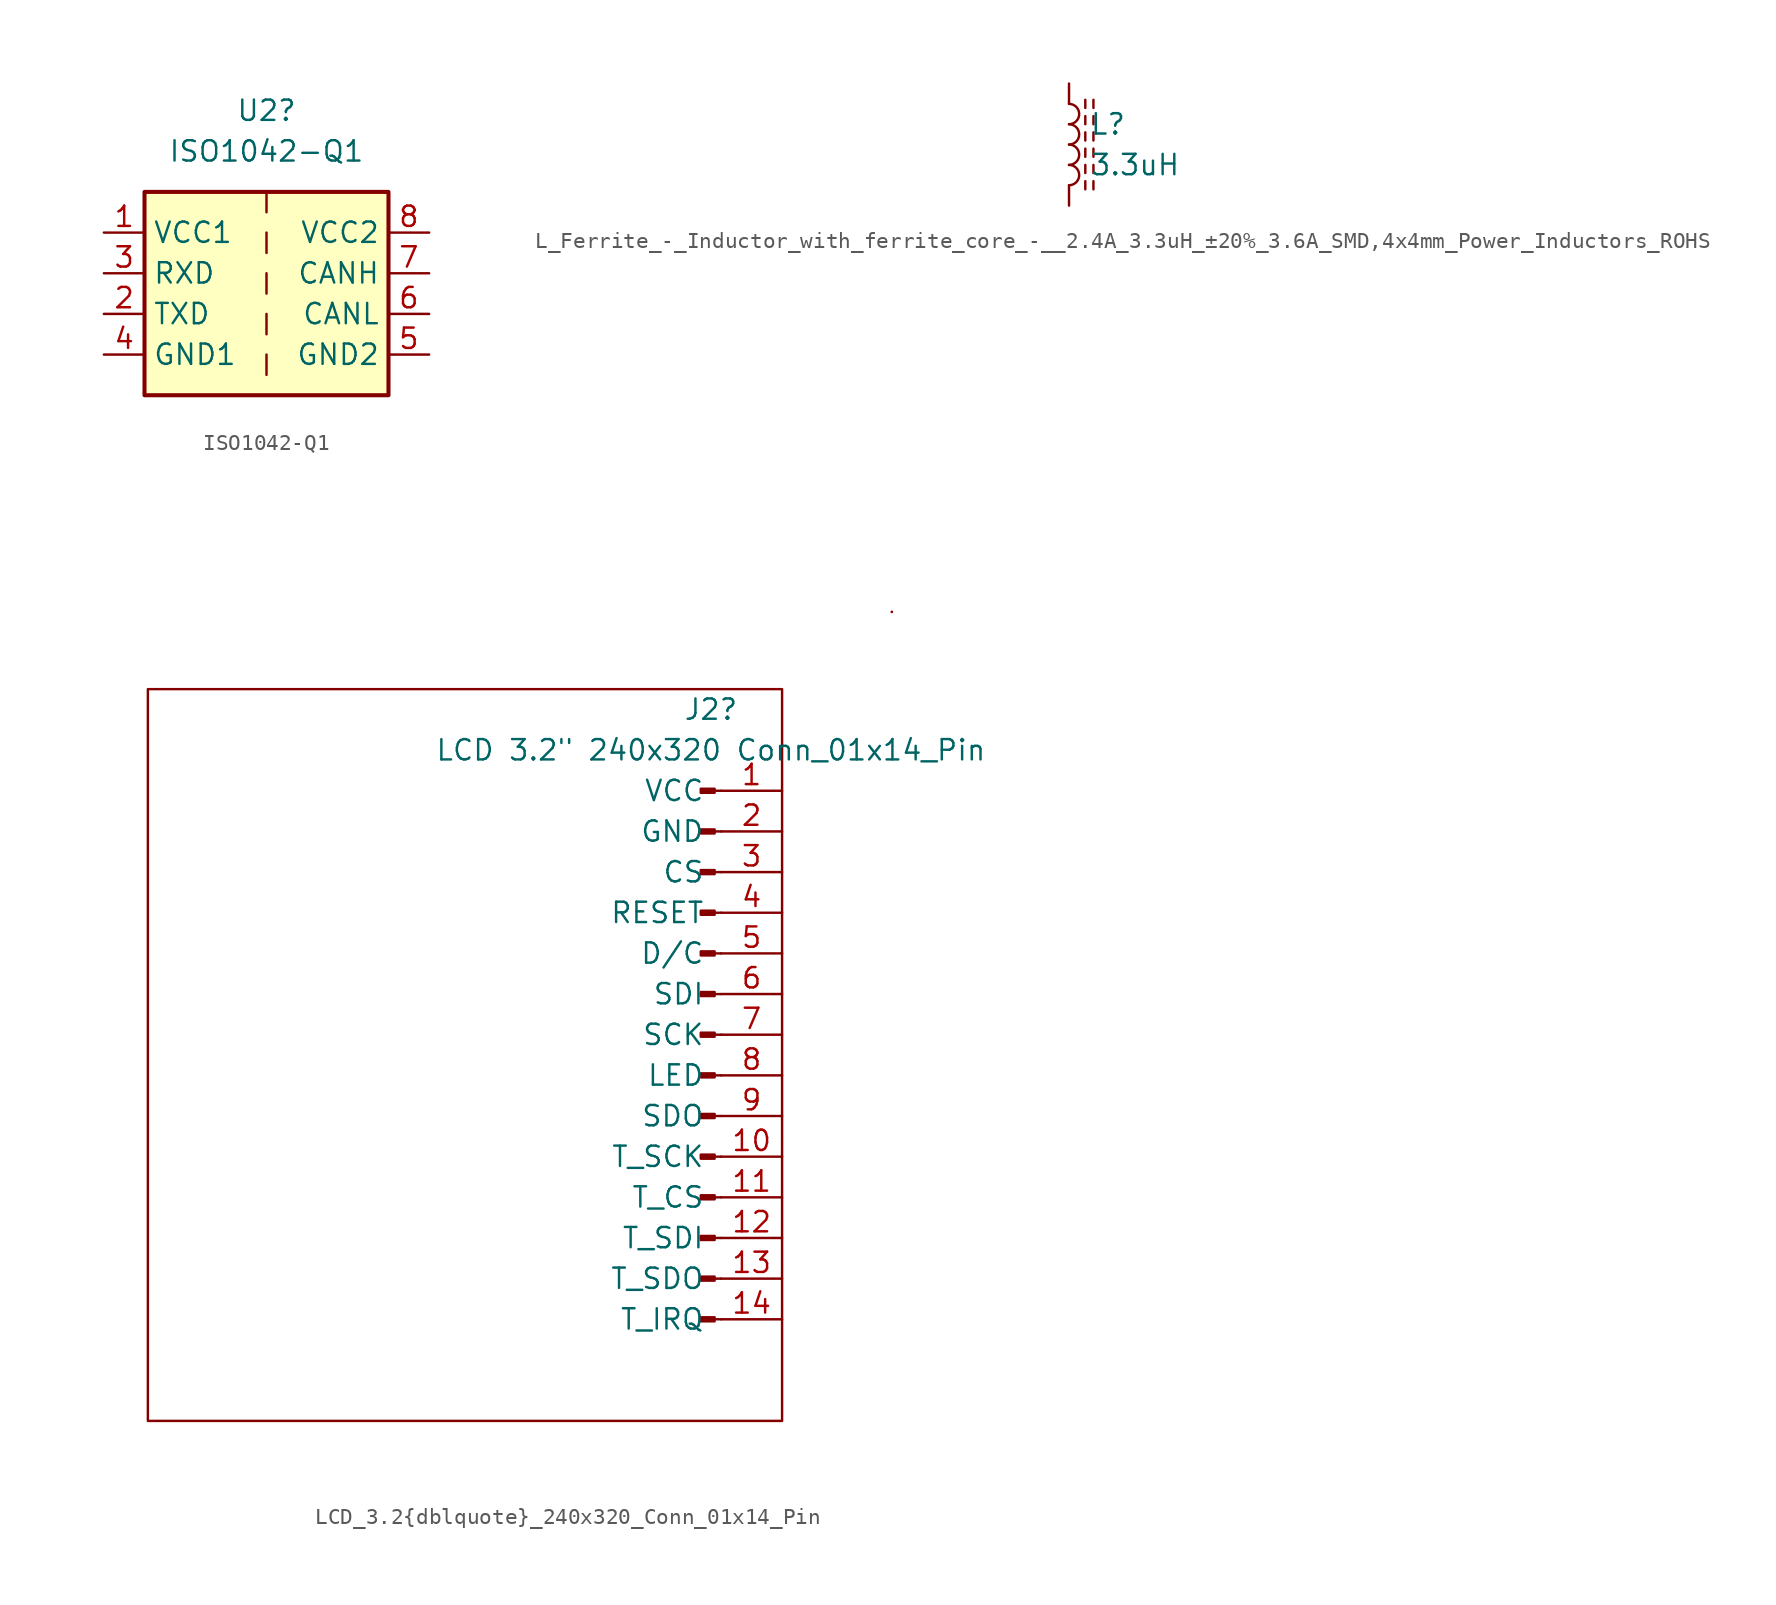
<source format=kicad_sym>
(kicad_symbol_lib
  (version 20241209)
  (generator "kicad_symbol_editor")
  (generator_version "9.0")
  (symbol "ISO1042-Q1"
    (property "Reference" "U2"
      (at 0 10.16 0)
      (effects (font (size 1.27 1.27))))
    (property "Value" "ISO1042-Q1"
      (at 0 7.62 0)
      (effects (font (size 1.27 1.27))))
    (symbol "ISO1042-Q1_0_1"
      (polyline (pts (xy 0 5.08) (xy 0 3.81)) (stroke (width 0) (type default)) (fill (type none)))
      (polyline (pts (xy 0 2.54) (xy 0 1.27)) (stroke (width 0) (type default)) (fill (type none)))
      (polyline (pts (xy 0 0) (xy 0 -1.27)) (stroke (width 0) (type default)) (fill (type none)))
      (polyline (pts (xy 0 -2.54) (xy 0 -3.81)) (stroke (width 0) (type default)) (fill (type none)))
      (polyline (pts (xy 0 -5.08) (xy 0 -6.35)) (stroke (width 0) (type default)) (fill (type none))))
    (symbol "ISO1042-Q1_1_1"
      (rectangle (start -7.62 5.08) (end 7.62 -7.62) (stroke (width 0.254) (type default)) (fill (type background)))
      (pin power_in line (at -10.16 2.54 0) (length 2.54) (name "VCC1" (effects (font (size 1.27 1.27)))) (number "1" (effects (font (size 1.27 1.27)))))
      (pin output line (at -10.16 0 0) (length 2.54) (name "RXD" (effects (font (size 1.27 1.27)))) (number "3" (effects (font (size 1.27 1.27)))))
      (pin input line (at -10.16 -2.54 0) (length 2.54) (name "TXD" (effects (font (size 1.27 1.27)))) (number "2" (effects (font (size 1.27 1.27)))))
      (pin power_in line (at -10.16 -5.08 0) (length 2.54) (name "GND1" (effects (font (size 1.27 1.27)))) (number "4" (effects (font (size 1.27 1.27)))))
      (pin power_in line (at 10.16 2.54 180) (length 2.54) (name "VCC2" (effects (font (size 1.27 1.27)))) (number "8" (effects (font (size 1.27 1.27)))))
      (pin bidirectional line (at 10.16 0 180) (length 2.54) (name "CANH" (effects (font (size 1.27 1.27)))) (number "7" (effects (font (size 1.27 1.27)))))
      (pin bidirectional line (at 10.16 -2.54 180) (length 2.54) (name "CANL" (effects (font (size 1.27 1.27)))) (number "6" (effects (font (size 1.27 1.27)))))
      (pin power_in line (at 10.16 -5.08 180) (length 2.54) (name "GND2" (effects (font (size 1.27 1.27)))) (number "5" (effects (font (size 1.27 1.27)))))))
  (symbol "L_Ferrite_-_Inductor_with_ferrite_core_-__2.4A_3.3uH_±20%_3.6A_SMD,4x4mm_Power_Inductors_ROHS"
    (pin_numbers
      (hide yes))
    (pin_names
      (offset 1.016)
      (hide yes))
    (property "Reference" "L"
      (at 1.27 1.27 0)
      (effects (font (size 1.27 1.27)) (justify left)))
    (property "Value" "3.3uH"
      (at 1.27 -1.27 0)
      (effects (font (size 1.27 1.27)) (justify left)))
    (symbol "L_Ferrite_-_Inductor_with_ferrite_core_-__2.4A_3.3uH_±20%_3.6A_SMD,4x4mm_Power_Inductors_ROHS_0_1"
      (arc (start 0 2.54) (mid 0.6323 1.905) (end 0 1.27) (stroke (width 0) (type default)) (fill (type none)))
      (arc (start 0 1.27) (mid 0.6323 0.635) (end 0 0) (stroke (width 0) (type default)) (fill (type none)))
      (arc (start 0 0) (mid 0.6323 -0.635) (end 0 -1.27) (stroke (width 0) (type default)) (fill (type none)))
      (arc (start 0 -1.27) (mid 0.6323 -1.905) (end 0 -2.54) (stroke (width 0) (type default)) (fill (type none)))
      (polyline (pts (xy 1.016 2.286) (xy 1.016 2.794)) (stroke (width 0) (type default)) (fill (type none)))
      (polyline (pts (xy 1.016 1.27) (xy 1.016 1.778)) (stroke (width 0) (type default)) (fill (type none)))
      (polyline (pts (xy 1.016 0.254) (xy 1.016 0.762)) (stroke (width 0) (type default)) (fill (type none)))
      (polyline (pts (xy 1.016 -0.762) (xy 1.016 -0.254)) (stroke (width 0) (type default)) (fill (type none)))
      (polyline (pts (xy 1.016 -1.778) (xy 1.016 -1.27)) (stroke (width 0) (type default)) (fill (type none)))
      (polyline (pts (xy 1.016 -2.794) (xy 1.016 -2.286)) (stroke (width 0) (type default)) (fill (type none)))
      (polyline (pts (xy 1.524 2.794) (xy 1.524 2.286)) (stroke (width 0) (type default)) (fill (type none)))
      (polyline (pts (xy 1.524 1.778) (xy 1.524 1.27)) (stroke (width 0) (type default)) (fill (type none)))
      (polyline (pts (xy 1.524 0.762) (xy 1.524 0.254)) (stroke (width 0) (type default)) (fill (type none)))
      (polyline (pts (xy 1.524 -0.254) (xy 1.524 -0.762)) (stroke (width 0) (type default)) (fill (type none)))
      (polyline (pts (xy 1.524 -1.27) (xy 1.524 -1.778)) (stroke (width 0) (type default)) (fill (type none)))
      (polyline (pts (xy 1.524 -2.286) (xy 1.524 -2.794)) (stroke (width 0) (type default)) (fill (type none))))
    (symbol "L_Ferrite_-_Inductor_with_ferrite_core_-__2.4A_3.3uH_±20%_3.6A_SMD,4x4mm_Power_Inductors_ROHS_1_1"
      (pin passive line (at 0 3.81 270) (length 1.27) (name "1" (effects (font (size 1.27 1.27)))) (number "1" (effects (font (size 1.27 1.27)))))
      (pin passive line (at 0 -3.81 90) (length 1.27) (name "2" (effects (font (size 1.27 1.27)))) (number "2" (effects (font (size 1.27 1.27)))))))
  (symbol "LCD_3.2{dblquote}_240x320_Conn_01x14_Pin"
    (pin_names
      (offset 1.016))
    (property "Reference" "J2"
      (at 0.635 20.32 0)
      (effects (font (size 1.27 1.27))))
    (property "Value" "LCD 3.2\" 240x320 Conn_01x14_Pin"
      (at 0.635 17.78 0)
      (effects (font (size 1.27 1.27))))
    (symbol "LCD_3.2{dblquote}_240x320_Conn_01x14_Pin_0_1"
      (rectangle (start -34.544 21.59) (end 5.08 -24.13) (stroke (width 0) (type default)) (fill (type none)))
      (rectangle (start 11.938 26.416) (end 11.938 26.416) (stroke (width 0) (type default)) (fill (type none)))
      (rectangle (start 11.938 26.416) (end 11.938 26.416) (stroke (width 0) (type default)) (fill (type none))))
    (symbol "LCD_3.2{dblquote}_240x320_Conn_01x14_Pin_1_1"
      (rectangle (start 0.864 15.367) (end 0 15.113) (stroke (width 0.152) (type default)) (fill (type outline)))
      (rectangle (start 0.864 12.827) (end 0 12.573) (stroke (width 0.152) (type default)) (fill (type outline)))
      (rectangle (start 0.864 10.287) (end 0 10.033) (stroke (width 0.152) (type default)) (fill (type outline)))
      (rectangle (start 0.864 7.747) (end 0 7.493) (stroke (width 0.152) (type default)) (fill (type outline)))
      (rectangle (start 0.864 5.207) (end 0 4.953) (stroke (width 0.152) (type default)) (fill (type outline)))
      (rectangle (start 0.864 2.667) (end 0 2.413) (stroke (width 0.152) (type default)) (fill (type outline)))
      (rectangle (start 0.864 0.127) (end 0 -0.127) (stroke (width 0.152) (type default)) (fill (type outline)))
      (rectangle (start 0.864 -2.413) (end 0 -2.667) (stroke (width 0.152) (type default)) (fill (type outline)))
      (rectangle (start 0.864 -4.953) (end 0 -5.207) (stroke (width 0.152) (type default)) (fill (type outline)))
      (rectangle (start 0.864 -7.493) (end 0 -7.747) (stroke (width 0.152) (type default)) (fill (type outline)))
      (rectangle (start 0.864 -10.033) (end 0 -10.287) (stroke (width 0.152) (type default)) (fill (type outline)))
      (rectangle (start 0.864 -12.573) (end 0 -12.827) (stroke (width 0.152) (type default)) (fill (type outline)))
      (rectangle (start 0.864 -15.113) (end 0 -15.367) (stroke (width 0.152) (type default)) (fill (type outline)))
      (rectangle (start 0.864 -17.653) (end 0 -17.907) (stroke (width 0.152) (type default)) (fill (type outline)))
      (polyline (pts (xy 1.27 15.24) (xy 0.864 15.24)) (stroke (width 0.152) (type default)) (fill (type none)))
      (polyline (pts (xy 1.27 12.7) (xy 0.864 12.7)) (stroke (width 0.152) (type default)) (fill (type none)))
      (polyline (pts (xy 1.27 10.16) (xy 0.864 10.16)) (stroke (width 0.152) (type default)) (fill (type none)))
      (polyline (pts (xy 1.27 7.62) (xy 0.864 7.62)) (stroke (width 0.152) (type default)) (fill (type none)))
      (polyline (pts (xy 1.27 5.08) (xy 0.864 5.08)) (stroke (width 0.152) (type default)) (fill (type none)))
      (polyline (pts (xy 1.27 2.54) (xy 0.864 2.54)) (stroke (width 0.152) (type default)) (fill (type none)))
      (polyline (pts (xy 1.27 0) (xy 0.864 0)) (stroke (width 0.152) (type default)) (fill (type none)))
      (polyline (pts (xy 1.27 -2.54) (xy 0.864 -2.54)) (stroke (width 0.152) (type default)) (fill (type none)))
      (polyline (pts (xy 1.27 -5.08) (xy 0.864 -5.08)) (stroke (width 0.152) (type default)) (fill (type none)))
      (polyline (pts (xy 1.27 -7.62) (xy 0.864 -7.62)) (stroke (width 0.152) (type default)) (fill (type none)))
      (polyline (pts (xy 1.27 -10.16) (xy 0.864 -10.16)) (stroke (width 0.152) (type default)) (fill (type none)))
      (polyline (pts (xy 1.27 -12.7) (xy 0.864 -12.7)) (stroke (width 0.152) (type default)) (fill (type none)))
      (polyline (pts (xy 1.27 -15.24) (xy 0.864 -15.24)) (stroke (width 0.152) (type default)) (fill (type none)))
      (polyline (pts (xy 1.27 -17.78) (xy 0.864 -17.78)) (stroke (width 0.152) (type default)) (fill (type none)))
      (pin power_in line (at 5.08 15.24 180) (length 3.81) (name "VCC" (effects (font (size 1.27 1.27)))) (number "1" (effects (font (size 1.27 1.27)))))
      (pin power_in line (at 5.08 12.7 180) (length 3.81) (name "GND" (effects (font (size 1.27 1.27)))) (number "2" (effects (font (size 1.27 1.27)))))
      (pin input line (at 5.08 10.16 180) (length 3.81) (name "CS" (effects (font (size 1.27 1.27)))) (number "3" (effects (font (size 1.27 1.27)))))
      (pin input line (at 5.08 7.62 180) (length 3.81) (name "RESET" (effects (font (size 1.27 1.27)))) (number "4" (effects (font (size 1.27 1.27)))))
      (pin input line (at 5.08 5.08 180) (length 3.81) (name "D/C" (effects (font (size 1.27 1.27)))) (number "5" (effects (font (size 1.27 1.27)))))
      (pin input line (at 5.08 2.54 180) (length 3.81) (name "SDI" (effects (font (size 1.27 1.27)))) (number "6" (effects (font (size 1.27 1.27)))))
      (pin input line (at 5.08 0 180) (length 3.81) (name "SCK" (effects (font (size 1.27 1.27)))) (number "7" (effects (font (size 1.27 1.27)))))
      (pin input line (at 5.08 -2.54 180) (length 3.81) (name "LED" (effects (font (size 1.27 1.27)))) (number "8" (effects (font (size 1.27 1.27)))))
      (pin tri_state line (at 5.08 -5.08 180) (length 3.81) (name "SDO" (effects (font (size 1.27 1.27)))) (number "9" (effects (font (size 1.27 1.27)))))
      (pin input line (at 5.08 -7.62 180) (length 3.81) (name "T_SCK" (effects (font (size 1.27 1.27)))) (number "10" (effects (font (size 1.27 1.27)))))
      (pin input line (at 5.08 -10.16 180) (length 3.81) (name "T_CS" (effects (font (size 1.27 1.27)))) (number "11" (effects (font (size 1.27 1.27)))))
      (pin input line (at 5.08 -12.7 180) (length 3.81) (name "T_SDI" (effects (font (size 1.27 1.27)))) (number "12" (effects (font (size 1.27 1.27)))))
      (pin tri_state line (at 5.08 -15.24 180) (length 3.81) (name "T_SDO" (effects (font (size 1.27 1.27)))) (number "13" (effects (font (size 1.27 1.27)))))
      (pin output line (at 5.08 -17.78 180) (length 3.81) (name "T_IRQ" (effects (font (size 1.27 1.27)))) (number "14" (effects (font (size 1.27 1.27))))))))
</source>
